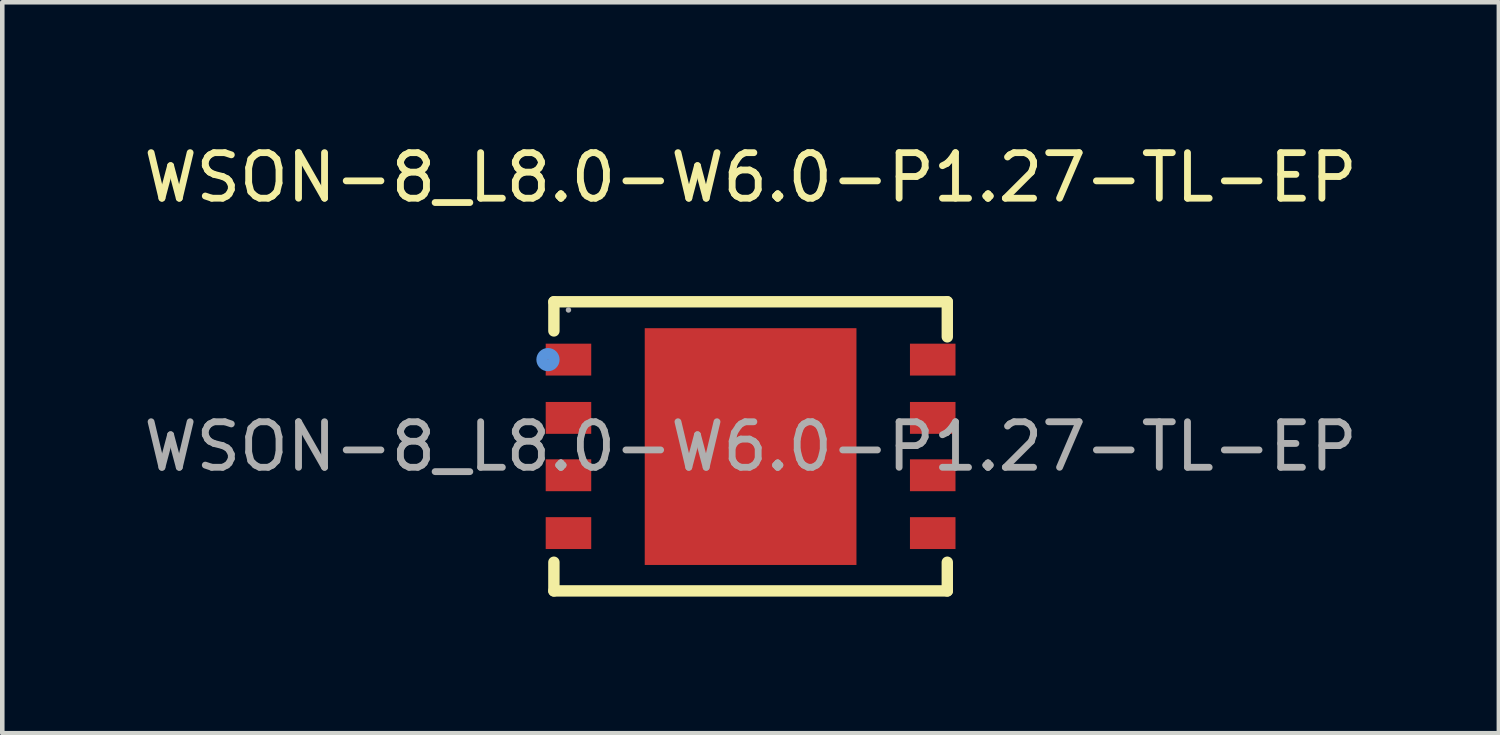
<source format=kicad_pcb>
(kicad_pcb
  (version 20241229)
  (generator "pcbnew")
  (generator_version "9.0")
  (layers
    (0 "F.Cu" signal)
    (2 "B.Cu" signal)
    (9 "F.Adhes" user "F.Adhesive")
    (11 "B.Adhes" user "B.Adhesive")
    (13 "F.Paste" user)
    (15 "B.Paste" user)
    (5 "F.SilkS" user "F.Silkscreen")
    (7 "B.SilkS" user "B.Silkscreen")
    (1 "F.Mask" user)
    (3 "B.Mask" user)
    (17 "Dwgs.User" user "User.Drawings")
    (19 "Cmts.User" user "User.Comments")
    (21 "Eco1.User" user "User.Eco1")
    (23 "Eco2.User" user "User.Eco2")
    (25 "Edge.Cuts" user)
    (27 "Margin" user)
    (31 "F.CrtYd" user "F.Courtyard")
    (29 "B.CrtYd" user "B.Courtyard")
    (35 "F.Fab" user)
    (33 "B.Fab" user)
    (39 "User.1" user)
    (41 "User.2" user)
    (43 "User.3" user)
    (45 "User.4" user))
  (footprint "WSON-8_L8.0-W6.0-P1.27-TL-EP"
    (layer "F.Cu")
    (at 13.435 6.758)
    (property "Reference" "WSON-8_L8.0-W6.0-P1.27-TL-EP" (at 0 -5.91 0) (layer "F.SilkS") (effects (font (size 1 1) (thickness 0.15))))
    (attr through_hole)
    (fp_line (start -4.32 -3.18) (end 4.32 -3.18) (stroke (width 0.25) (type solid)) (layer "F.SilkS"))
    (fp_line (start -4.32 -2.54) (end -4.32 -3.18) (stroke (width 0.25) (type solid)) (layer "F.SilkS"))
    (fp_line (start -4.32 2.54) (end -4.32 3.17) (stroke (width 0.25) (type solid)) (layer "F.SilkS"))
    (fp_line (start -4.32 3.17) (end 4.32 3.17) (stroke (width 0.25) (type solid)) (layer "F.SilkS"))
    (fp_line (start 4.32 -3.18) (end 4.32 -2.41) (stroke (width 0.25) (type solid)) (layer "F.SilkS"))
    (fp_line (start 4.32 3.17) (end 4.32 2.54) (stroke (width 0.25) (type solid)) (layer "F.SilkS"))
    (fp_circle (center -4.45 -1.91) (end -4.32 -1.91) (stroke (width 0.25) (type solid)) (fill no) (layer "Cmts.User"))
    (fp_circle (center -4 -3) (end -3.97 -3) (stroke (width 0.06) (type solid)) (fill no) (layer "F.Fab"))
    (fp_text user "${REFERENCE}" (at 0 0 0) (layer "F.Fab") (effects (font (size 1 1) (thickness 0.15))))
    (pad "1" smd rect (at -4 -1.91 270) (size 0.7 1) (layers "F.Cu" "F.Mask" "F.Paste"))
    (pad "2" smd rect (at -4 -0.63 270) (size 0.7 1) (layers "F.Cu" "F.Mask" "F.Paste"))
    (pad "3" smd rect (at -4 0.63 270) (size 0.7 1) (layers "F.Cu" "F.Mask" "F.Paste"))
    (pad "4" smd rect (at -4 1.9 270) (size 0.7 1) (layers "F.Cu" "F.Mask" "F.Paste"))
    (pad "5" smd rect (at 4 1.9 90) (size 0.7 1) (layers "F.Cu" "F.Mask" "F.Paste"))
    (pad "6" smd rect (at 4 0.63 90) (size 0.7 1) (layers "F.Cu" "F.Mask" "F.Paste"))
    (pad "7" smd rect (at 4 -0.63 90) (size 0.7 1) (layers "F.Cu" "F.Mask" "F.Paste"))
    (pad "8" smd rect (at 4 -1.91 90) (size 0.7 1) (layers "F.Cu" "F.Mask" "F.Paste"))
    (pad "9" smd rect (at 0 0 90) (size 5.2 4.65) (layers "F.Cu" "F.Mask" "F.Paste")))
  (gr_rect
    (start -3 -3)
    (end 29.869 13.053)
    (stroke (width 0.1) (type default))
    (fill no)
    (layer "Edge.Cuts")))
</source>
